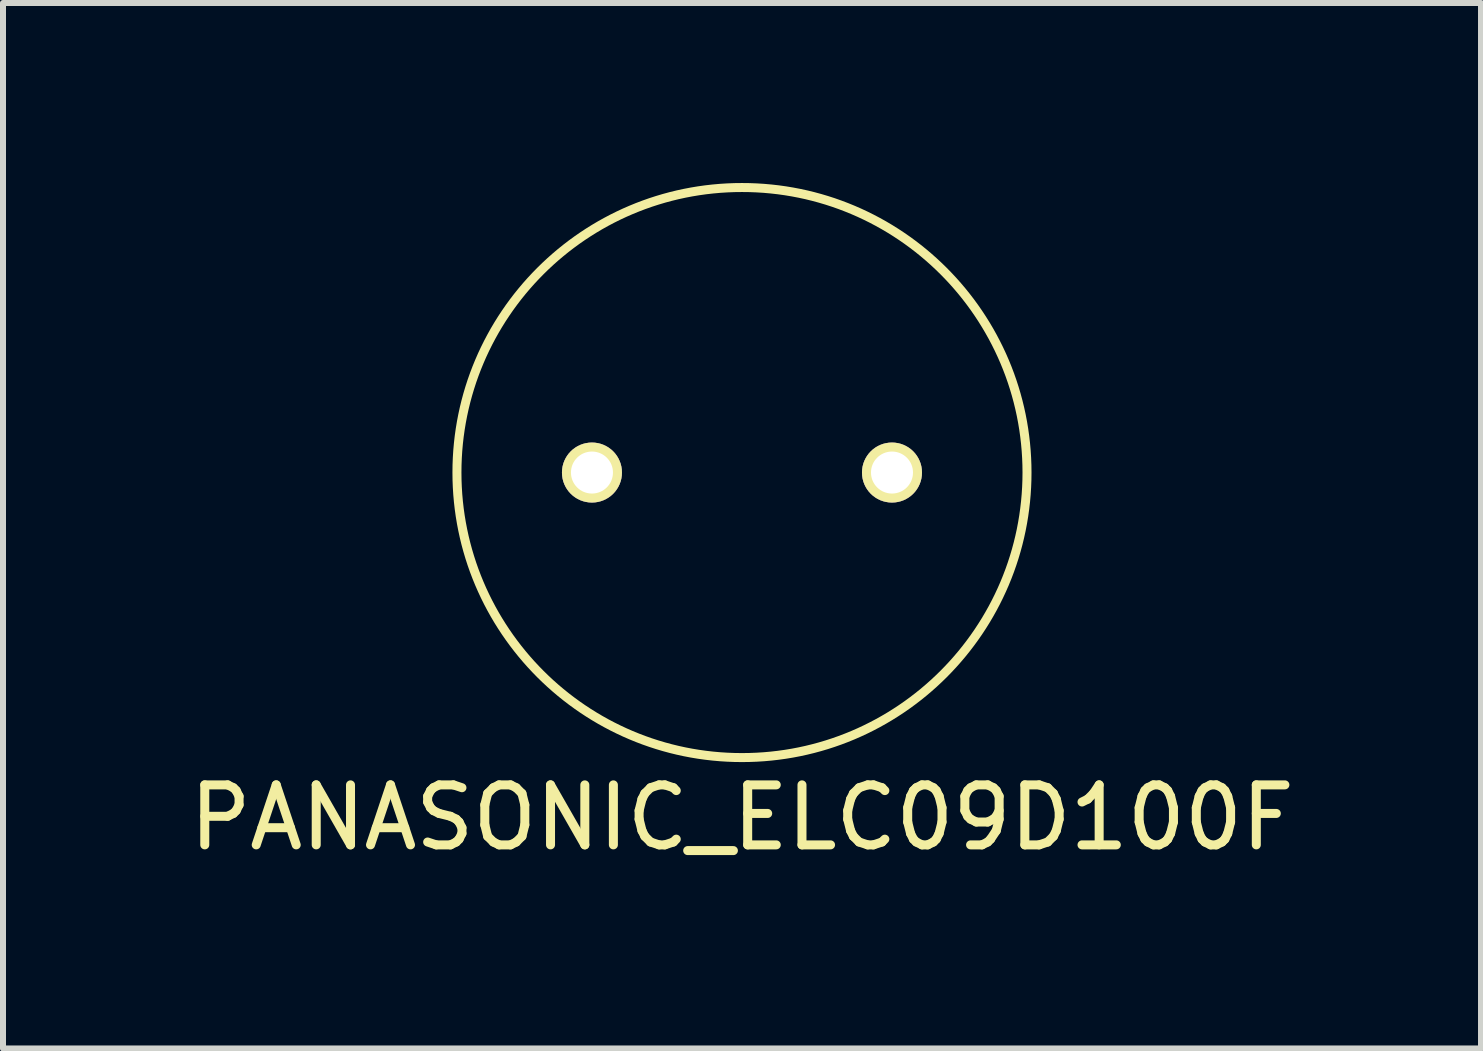
<source format=kicad_pcb>
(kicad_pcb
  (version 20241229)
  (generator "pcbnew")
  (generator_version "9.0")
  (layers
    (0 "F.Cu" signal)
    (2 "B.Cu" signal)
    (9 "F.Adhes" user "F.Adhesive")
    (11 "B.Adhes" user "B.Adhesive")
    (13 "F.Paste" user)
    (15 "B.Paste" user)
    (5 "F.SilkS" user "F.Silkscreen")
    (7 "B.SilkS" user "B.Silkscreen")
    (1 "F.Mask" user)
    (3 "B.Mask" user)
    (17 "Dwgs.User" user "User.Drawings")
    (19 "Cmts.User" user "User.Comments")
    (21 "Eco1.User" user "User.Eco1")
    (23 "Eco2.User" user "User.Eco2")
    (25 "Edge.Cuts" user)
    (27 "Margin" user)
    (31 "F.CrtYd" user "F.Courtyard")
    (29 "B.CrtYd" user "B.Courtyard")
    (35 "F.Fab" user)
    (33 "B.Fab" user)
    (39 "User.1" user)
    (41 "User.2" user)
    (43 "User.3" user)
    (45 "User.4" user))
  (footprint "PANASONIC_ELC09D100F"
    (layer "F.Cu")
    (at 9.315 4.825)
    (property "Reference" "PANASONIC_ELC09D100F" (at 0 5.75 0) (layer "F.SilkS") (effects (font (size 1 1) (thickness 0.15))))
    (attr through_hole)
    (fp_circle (center 0 0) (end 4.75 0) (stroke (width 0.15) (type solid)) (fill no) (layer "F.SilkS"))
    (pad "1" thru_hole circle (at -2.5 0) (size 1 1) (drill 0.7) (layers "*.Cu" "*.Mask" "F.SilkS"))
    (pad "2" thru_hole circle (at 2.5 0) (size 1 1) (drill 0.7) (layers "*.Cu" "*.Mask" "F.SilkS")))
  (gr_rect
    (start -3 -3)
    (end 21.631 14.423)
    (stroke (width 0.1) (type default))
    (fill no)
    (layer "Edge.Cuts")))
</source>
